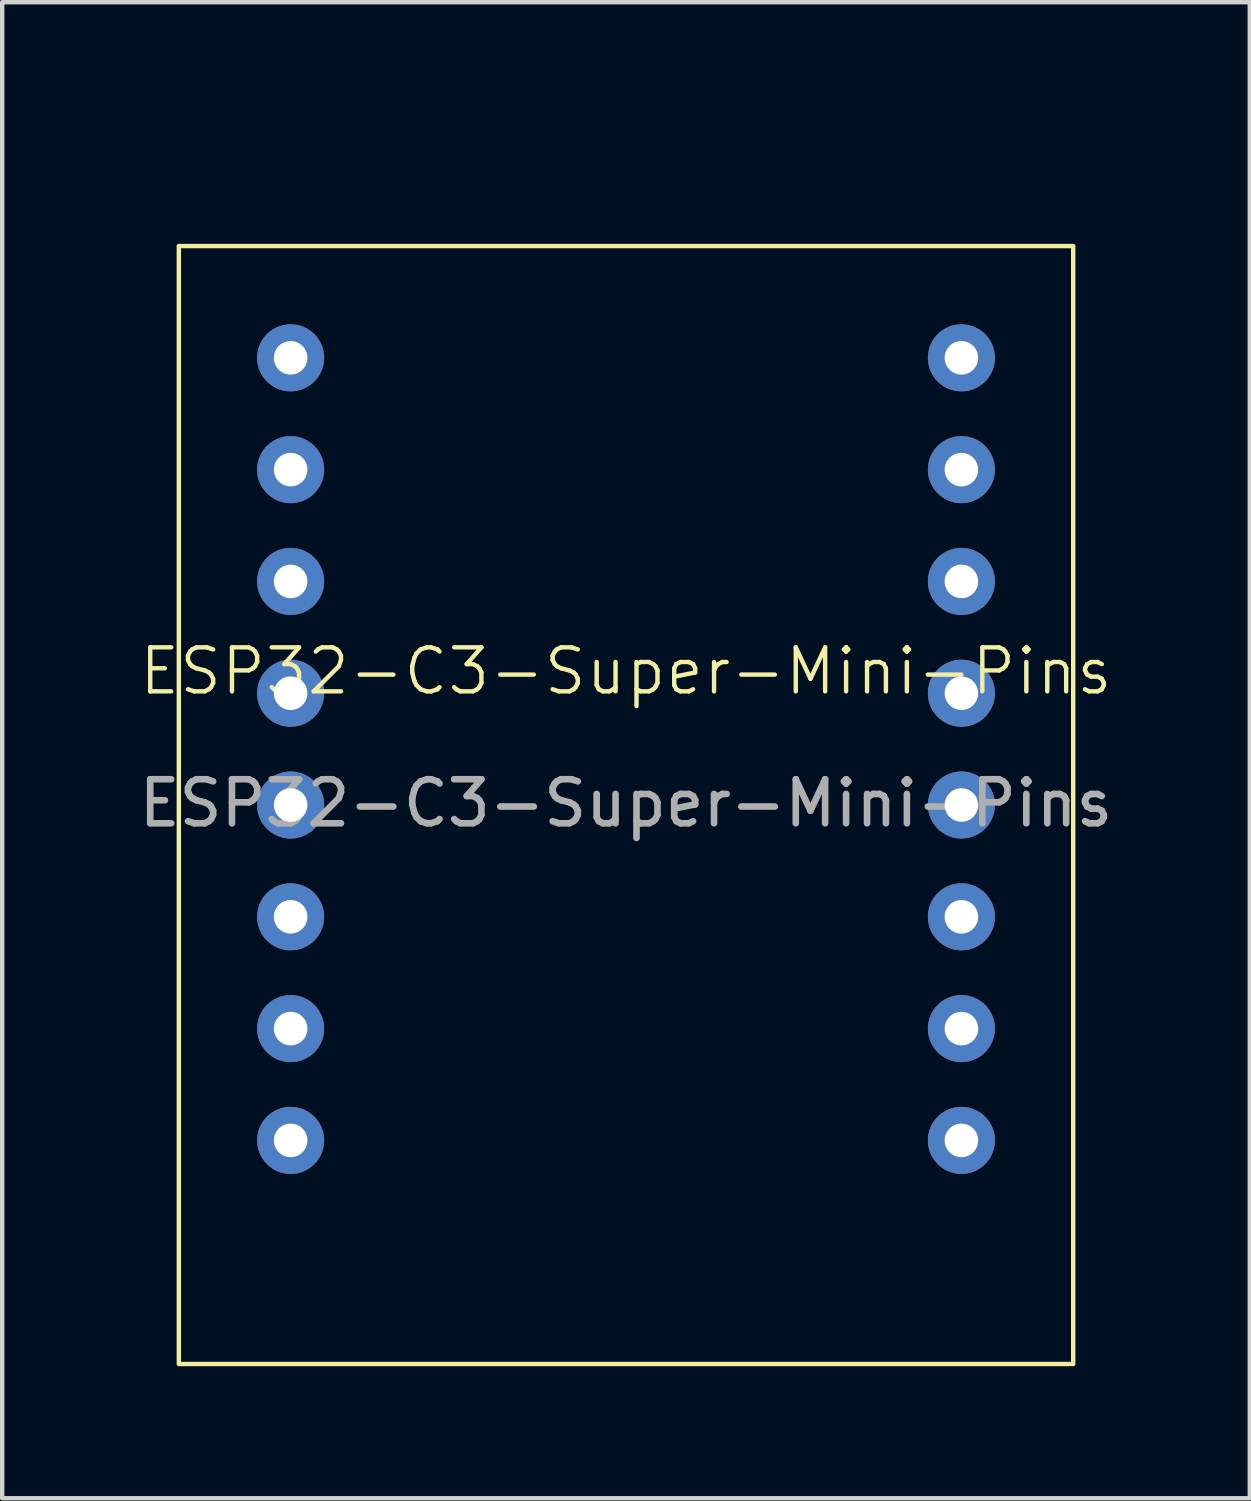
<source format=kicad_pcb>
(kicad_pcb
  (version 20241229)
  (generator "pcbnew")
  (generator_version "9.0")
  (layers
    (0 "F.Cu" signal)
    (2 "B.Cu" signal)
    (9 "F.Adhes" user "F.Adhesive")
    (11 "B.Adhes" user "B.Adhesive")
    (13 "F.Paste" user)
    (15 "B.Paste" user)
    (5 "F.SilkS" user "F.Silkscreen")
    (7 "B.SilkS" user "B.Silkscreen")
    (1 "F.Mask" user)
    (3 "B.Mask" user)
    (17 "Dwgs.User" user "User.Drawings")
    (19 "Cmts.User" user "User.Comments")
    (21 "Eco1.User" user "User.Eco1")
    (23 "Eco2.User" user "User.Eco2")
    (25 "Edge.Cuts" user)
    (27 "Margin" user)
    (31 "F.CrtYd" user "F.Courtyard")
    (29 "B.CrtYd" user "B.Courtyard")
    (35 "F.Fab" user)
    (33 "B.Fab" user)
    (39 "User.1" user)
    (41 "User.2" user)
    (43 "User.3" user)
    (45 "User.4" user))
  (footprint "ESP32-C3-Super-Mini-Pins"
    (layer "F.Cu")
    (at 11.173 12.7)
    (property "Reference" "ESP32-C3-Super-Mini-Pins" (at 0 -0.5 0) (unlocked yes) (layer "F.SilkS") (effects (font (size 1 1) (thickness 0.1))))
    (attr through_hole)
    (fp_rect (start -10.16 -10.16) (end 10.16 15.24) (stroke (width 0.1) (type default)) (fill no) (layer "F.SilkS"))
    (fp_text user "${REFERENCE}" (at 0 2.5 0) (unlocked yes) (layer "F.Fab") (effects (font (size 1 1) (thickness 0.15))))
    (pad "0" thru_hole circle (at 7.62 10.16) (size 1.524 1.524) (drill 0.762) (layers "*.Cu" "*.Mask"))
    (pad "1" thru_hole circle (at 7.62 7.62) (size 1.524 1.524) (drill 0.762) (layers "*.Cu" "*.Mask"))
    (pad "2" thru_hole circle (at 7.62 5.08) (size 1.524 1.524) (drill 0.762) (layers "*.Cu" "*.Mask"))
    (pad "3" thru_hole circle (at 7.62 2.54) (size 1.524 1.524) (drill 0.762) (layers "*.Cu" "*.Mask"))
    (pad "3V3" thru_hole circle (at 7.62 -2.54) (size 1.524 1.524) (drill 0.762) (layers "*.Cu" "*.Mask"))
    (pad "4" thru_hole circle (at 7.62 0) (size 1.524 1.524) (drill 0.762) (layers "*.Cu" "*.Mask"))
    (pad "5" thru_hole circle (at -7.62 -7.62) (size 1.524 1.524) (drill 0.762) (layers "*.Cu" "*.Mask"))
    (pad "5V" thru_hole circle (at 7.62 -7.62) (size 1.524 1.524) (drill 0.762) (layers "*.Cu" "*.Mask"))
    (pad "6" thru_hole circle (at -7.62 -5.08) (size 1.524 1.524) (drill 0.762) (layers "*.Cu" "*.Mask"))
    (pad "7" thru_hole circle (at -7.62 -2.54) (size 1.524 1.524) (drill 0.762) (layers "*.Cu" "*.Mask"))
    (pad "8" thru_hole circle (at -7.62 0) (size 1.524 1.524) (drill 0.762) (layers "*.Cu" "*.Mask"))
    (pad "9" thru_hole circle (at -7.62 2.54) (size 1.524 1.524) (drill 0.762) (layers "*.Cu" "*.Mask"))
    (pad "10" thru_hole circle (at -7.62 5.08) (size 1.524 1.524) (drill 0.762) (layers "*.Cu" "*.Mask"))
    (pad "20" thru_hole circle (at -7.62 7.62) (size 1.524 1.524) (drill 0.762) (layers "*.Cu" "*.Mask"))
    (pad "21" thru_hole circle (at -7.62 10.16) (size 1.524 1.524) (drill 0.762) (layers "*.Cu" "*.Mask"))
    (pad "G" thru_hole circle (at 7.62 -5.08) (size 1.524 1.524) (drill 0.762) (layers "*.Cu" "*.Mask"))
    (zone (net_name "") (layer "F.SilkS") (hatch edge 0.5) (connect_pads) (min_thickness 0.25) (filled_areas_thickness no) (keepout (tracks not_allowed) (vias not_allowed) (pads not_allowed) (copperpour not_allowed) (footprints not_allowed)) (placement (enabled no)) (fill) (polygon (pts (xy 6.093 0) (xy 16.253 0) (xy 16.253 2.54) (xy 6.093 2.54)))))
  (gr_rect
    (start -3 -3)
    (end 25.345 30.99)
    (stroke (width 0.1) (type default))
    (fill no)
    (layer "Edge.Cuts")))
</source>
